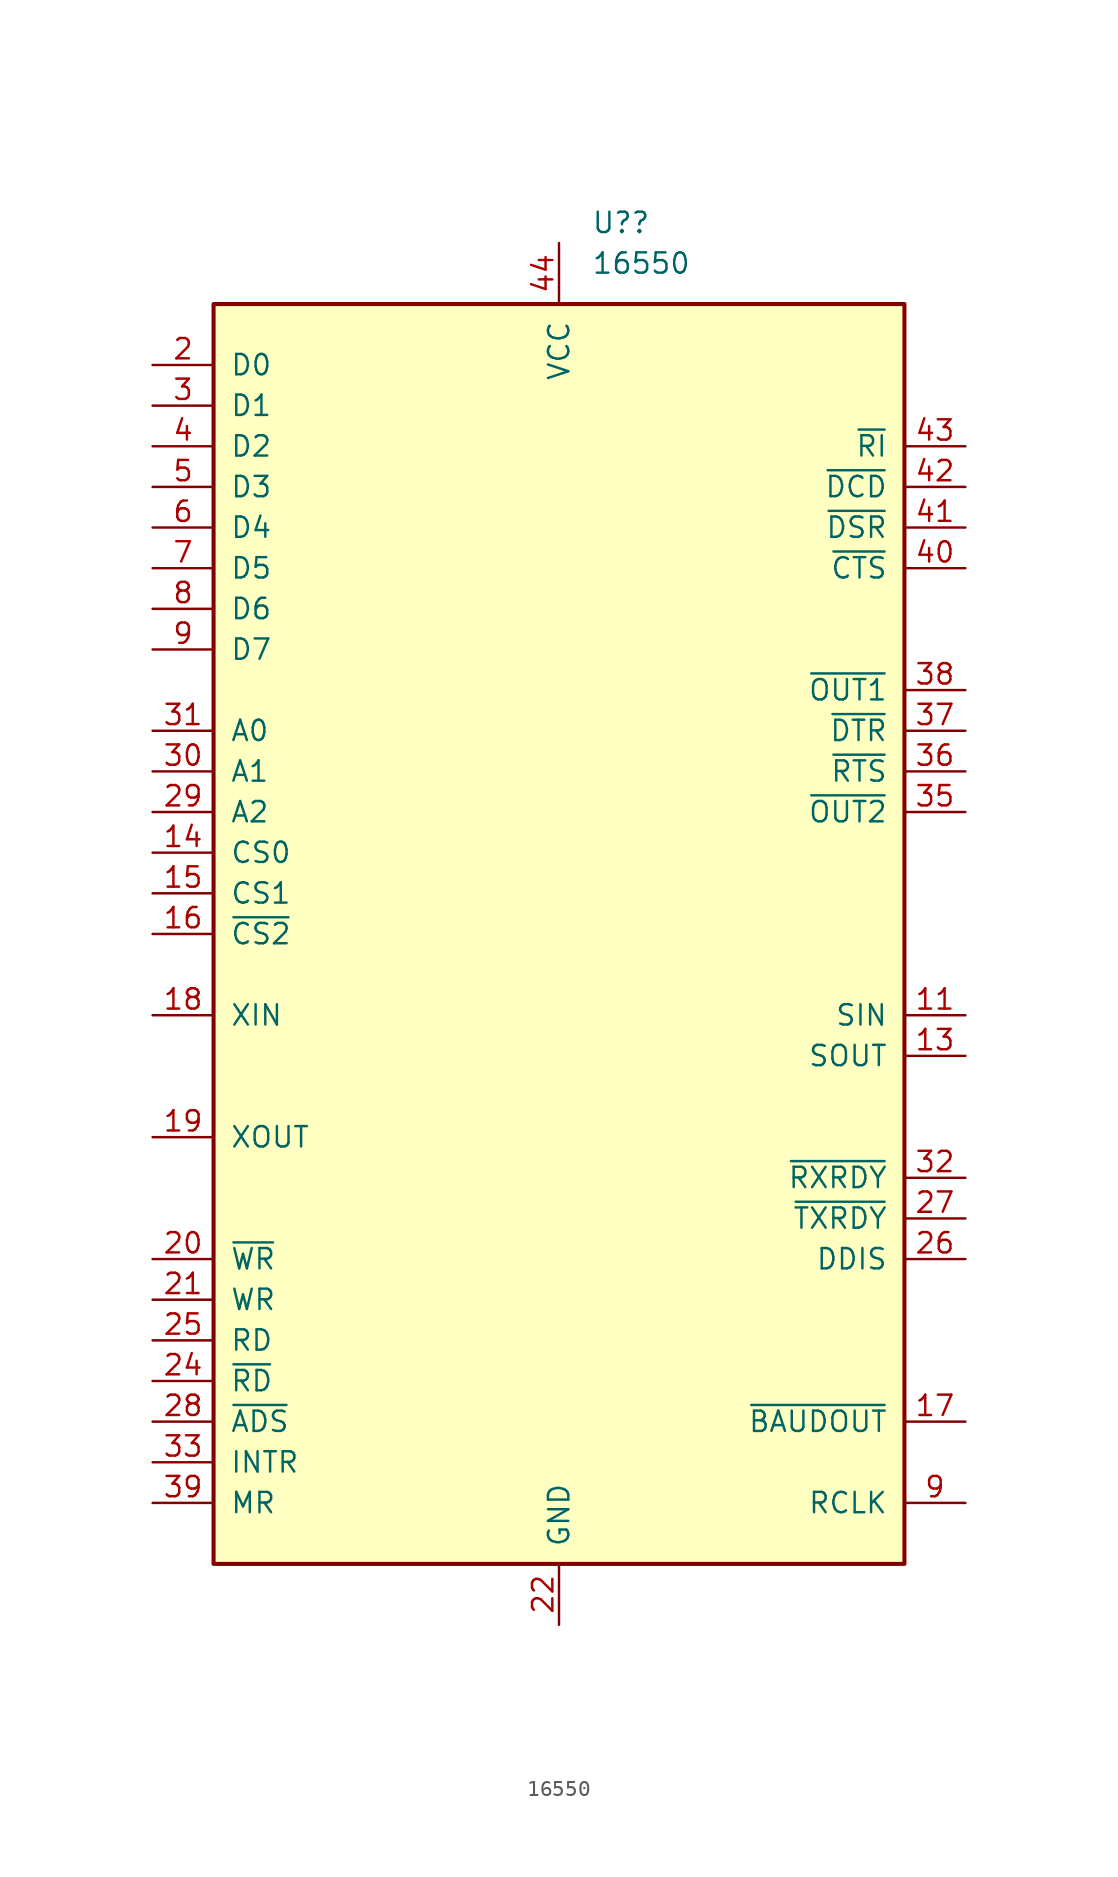
<source format=kicad_sym>
(kicad_symbol_lib
  (version 20211014)
  (generator kicad_symbol_editor)
  (symbol "16550"
    (pin_names
      (offset 1.016))
    (property "Reference" "U?"
      (at 2.019 44.45 0)
      (effects (font (size 1.27 1.27)) (justify left)))
    (property "Value" "16550"
      (at 2.019 41.91 0)
      (effects (font (size 1.27 1.27)) (justify left)))
    (symbol "16550_0_1"
      (rectangle (start -21.59 -39.37) (end 21.59 39.37) (stroke (width 0.254) (type default) (color 0 0 0 0)) (fill (type background))))
    (symbol "16550_1_1"
      (pin input line (at 25.4 -5.08 180) (length 3.81) (name "SIN" (effects (font (size 1.27 1.27)))) (number "11" (effects (font (size 1.27 1.27)))))
      (pin output line (at 25.4 -7.62 180) (length 3.81) (name "SOUT" (effects (font (size 1.27 1.27)))) (number "13" (effects (font (size 1.27 1.27)))))
      (pin input line (at -25.4 5.08 0) (length 3.81) (name "CS0" (effects (font (size 1.27 1.27)))) (number "14" (effects (font (size 1.27 1.27)))))
      (pin input line (at -25.4 2.54 0) (length 3.81) (name "CS1" (effects (font (size 1.27 1.27)))) (number "15" (effects (font (size 1.27 1.27)))))
      (pin input line (at -25.4 0 0) (length 3.81) (name "~{CS2}" (effects (font (size 1.27 1.27)))) (number "16" (effects (font (size 1.27 1.27)))))
      (pin output line (at 25.4 -30.48 180) (length 3.81) (name "~{BAUDOUT}" (effects (font (size 1.27 1.27)))) (number "17" (effects (font (size 1.27 1.27)))))
      (pin input line (at -25.4 -5.08 0) (length 3.81) (name "XIN" (effects (font (size 1.27 1.27)))) (number "18" (effects (font (size 1.27 1.27)))))
      (pin output line (at -25.4 -12.7 0) (length 3.81) (name "XOUT" (effects (font (size 1.27 1.27)))) (number "19" (effects (font (size 1.27 1.27)))))
      (pin bidirectional line (at -25.4 35.56 0) (length 3.81) (name "D0" (effects (font (size 1.27 1.27)))) (number "2" (effects (font (size 1.27 1.27)))))
      (pin input line (at -25.4 -20.32 0) (length 3.81) (name "~{WR}" (effects (font (size 1.27 1.27)))) (number "20" (effects (font (size 1.27 1.27)))))
      (pin input line (at -25.4 -22.86 0) (length 3.81) (name "WR" (effects (font (size 1.27 1.27)))) (number "21" (effects (font (size 1.27 1.27)))))
      (pin power_in line (at 0 -43.18 90) (length 3.81) (name "GND" (effects (font (size 1.27 1.27)))) (number "22" (effects (font (size 1.27 1.27)))))
      (pin input line (at -25.4 -27.94 0) (length 3.81) (name "~{RD}" (effects (font (size 1.27 1.27)))) (number "24" (effects (font (size 1.27 1.27)))))
      (pin input line (at -25.4 -25.4 0) (length 3.81) (name "RD" (effects (font (size 1.27 1.27)))) (number "25" (effects (font (size 1.27 1.27)))))
      (pin output line (at 25.4 -20.32 180) (length 3.81) (name "DDIS" (effects (font (size 1.27 1.27)))) (number "26" (effects (font (size 1.27 1.27)))))
      (pin output line (at 25.4 -17.78 180) (length 3.81) (name "~{TXRDY}" (effects (font (size 1.27 1.27)))) (number "27" (effects (font (size 1.27 1.27)))))
      (pin input line (at -25.4 -30.48 0) (length 3.81) (name "~{ADS}" (effects (font (size 1.27 1.27)))) (number "28" (effects (font (size 1.27 1.27)))))
      (pin input line (at -25.4 7.62 0) (length 3.81) (name "A2" (effects (font (size 1.27 1.27)))) (number "29" (effects (font (size 1.27 1.27)))))
      (pin bidirectional line (at -25.4 33.02 0) (length 3.81) (name "D1" (effects (font (size 1.27 1.27)))) (number "3" (effects (font (size 1.27 1.27)))))
      (pin input line (at -25.4 10.16 0) (length 3.81) (name "A1" (effects (font (size 1.27 1.27)))) (number "30" (effects (font (size 1.27 1.27)))))
      (pin input line (at -25.4 12.7 0) (length 3.81) (name "A0" (effects (font (size 1.27 1.27)))) (number "31" (effects (font (size 1.27 1.27)))))
      (pin output line (at 25.4 -15.24 180) (length 3.81) (name "~{RXRDY}" (effects (font (size 1.27 1.27)))) (number "32" (effects (font (size 1.27 1.27)))))
      (pin output line (at -25.4 -33.02 0) (length 3.81) (name "INTR" (effects (font (size 1.27 1.27)))) (number "33" (effects (font (size 1.27 1.27)))))
      (pin output line (at 25.4 7.62 180) (length 3.81) (name "~{OUT2}" (effects (font (size 1.27 1.27)))) (number "35" (effects (font (size 1.27 1.27)))))
      (pin output line (at 25.4 10.16 180) (length 3.81) (name "~{RTS}" (effects (font (size 1.27 1.27)))) (number "36" (effects (font (size 1.27 1.27)))))
      (pin output line (at 25.4 12.7 180) (length 3.81) (name "~{DTR}" (effects (font (size 1.27 1.27)))) (number "37" (effects (font (size 1.27 1.27)))))
      (pin output line (at 25.4 15.24 180) (length 3.81) (name "~{OUT1}" (effects (font (size 1.27 1.27)))) (number "38" (effects (font (size 1.27 1.27)))))
      (pin input line (at -25.4 -35.56 0) (length 3.81) (name "MR" (effects (font (size 1.27 1.27)))) (number "39" (effects (font (size 1.27 1.27)))))
      (pin bidirectional line (at -25.4 30.48 0) (length 3.81) (name "D2" (effects (font (size 1.27 1.27)))) (number "4" (effects (font (size 1.27 1.27)))))
      (pin input line (at 25.4 22.86 180) (length 3.81) (name "~{CTS}" (effects (font (size 1.27 1.27)))) (number "40" (effects (font (size 1.27 1.27)))))
      (pin input line (at 25.4 25.4 180) (length 3.81) (name "~{DSR}" (effects (font (size 1.27 1.27)))) (number "41" (effects (font (size 1.27 1.27)))))
      (pin input line (at 25.4 27.94 180) (length 3.81) (name "~{DCD}" (effects (font (size 1.27 1.27)))) (number "42" (effects (font (size 1.27 1.27)))))
      (pin input line (at 25.4 30.48 180) (length 3.81) (name "~{RI}" (effects (font (size 1.27 1.27)))) (number "43" (effects (font (size 1.27 1.27)))))
      (pin power_in line (at 0 43.18 270) (length 3.81) (name "VCC" (effects (font (size 1.27 1.27)))) (number "44" (effects (font (size 1.27 1.27)))))
      (pin bidirectional line (at -25.4 27.94 0) (length 3.81) (name "D3" (effects (font (size 1.27 1.27)))) (number "5" (effects (font (size 1.27 1.27)))))
      (pin bidirectional line (at -25.4 25.4 0) (length 3.81) (name "D4" (effects (font (size 1.27 1.27)))) (number "6" (effects (font (size 1.27 1.27)))))
      (pin bidirectional line (at -25.4 22.86 0) (length 3.81) (name "D5" (effects (font (size 1.27 1.27)))) (number "7" (effects (font (size 1.27 1.27)))))
      (pin bidirectional line (at -25.4 20.32 0) (length 3.81) (name "D6" (effects (font (size 1.27 1.27)))) (number "8" (effects (font (size 1.27 1.27)))))
      (pin bidirectional line (at -25.4 17.78 0) (length 3.81) (name "D7" (effects (font (size 1.27 1.27)))) (number "9" (effects (font (size 1.27 1.27)))))
      (pin input line (at 25.4 -35.56 180) (length 3.81) (name "RCLK" (effects (font (size 1.27 1.27)))) (number "9" (effects (font (size 1.27 1.27))))))))
</source>
